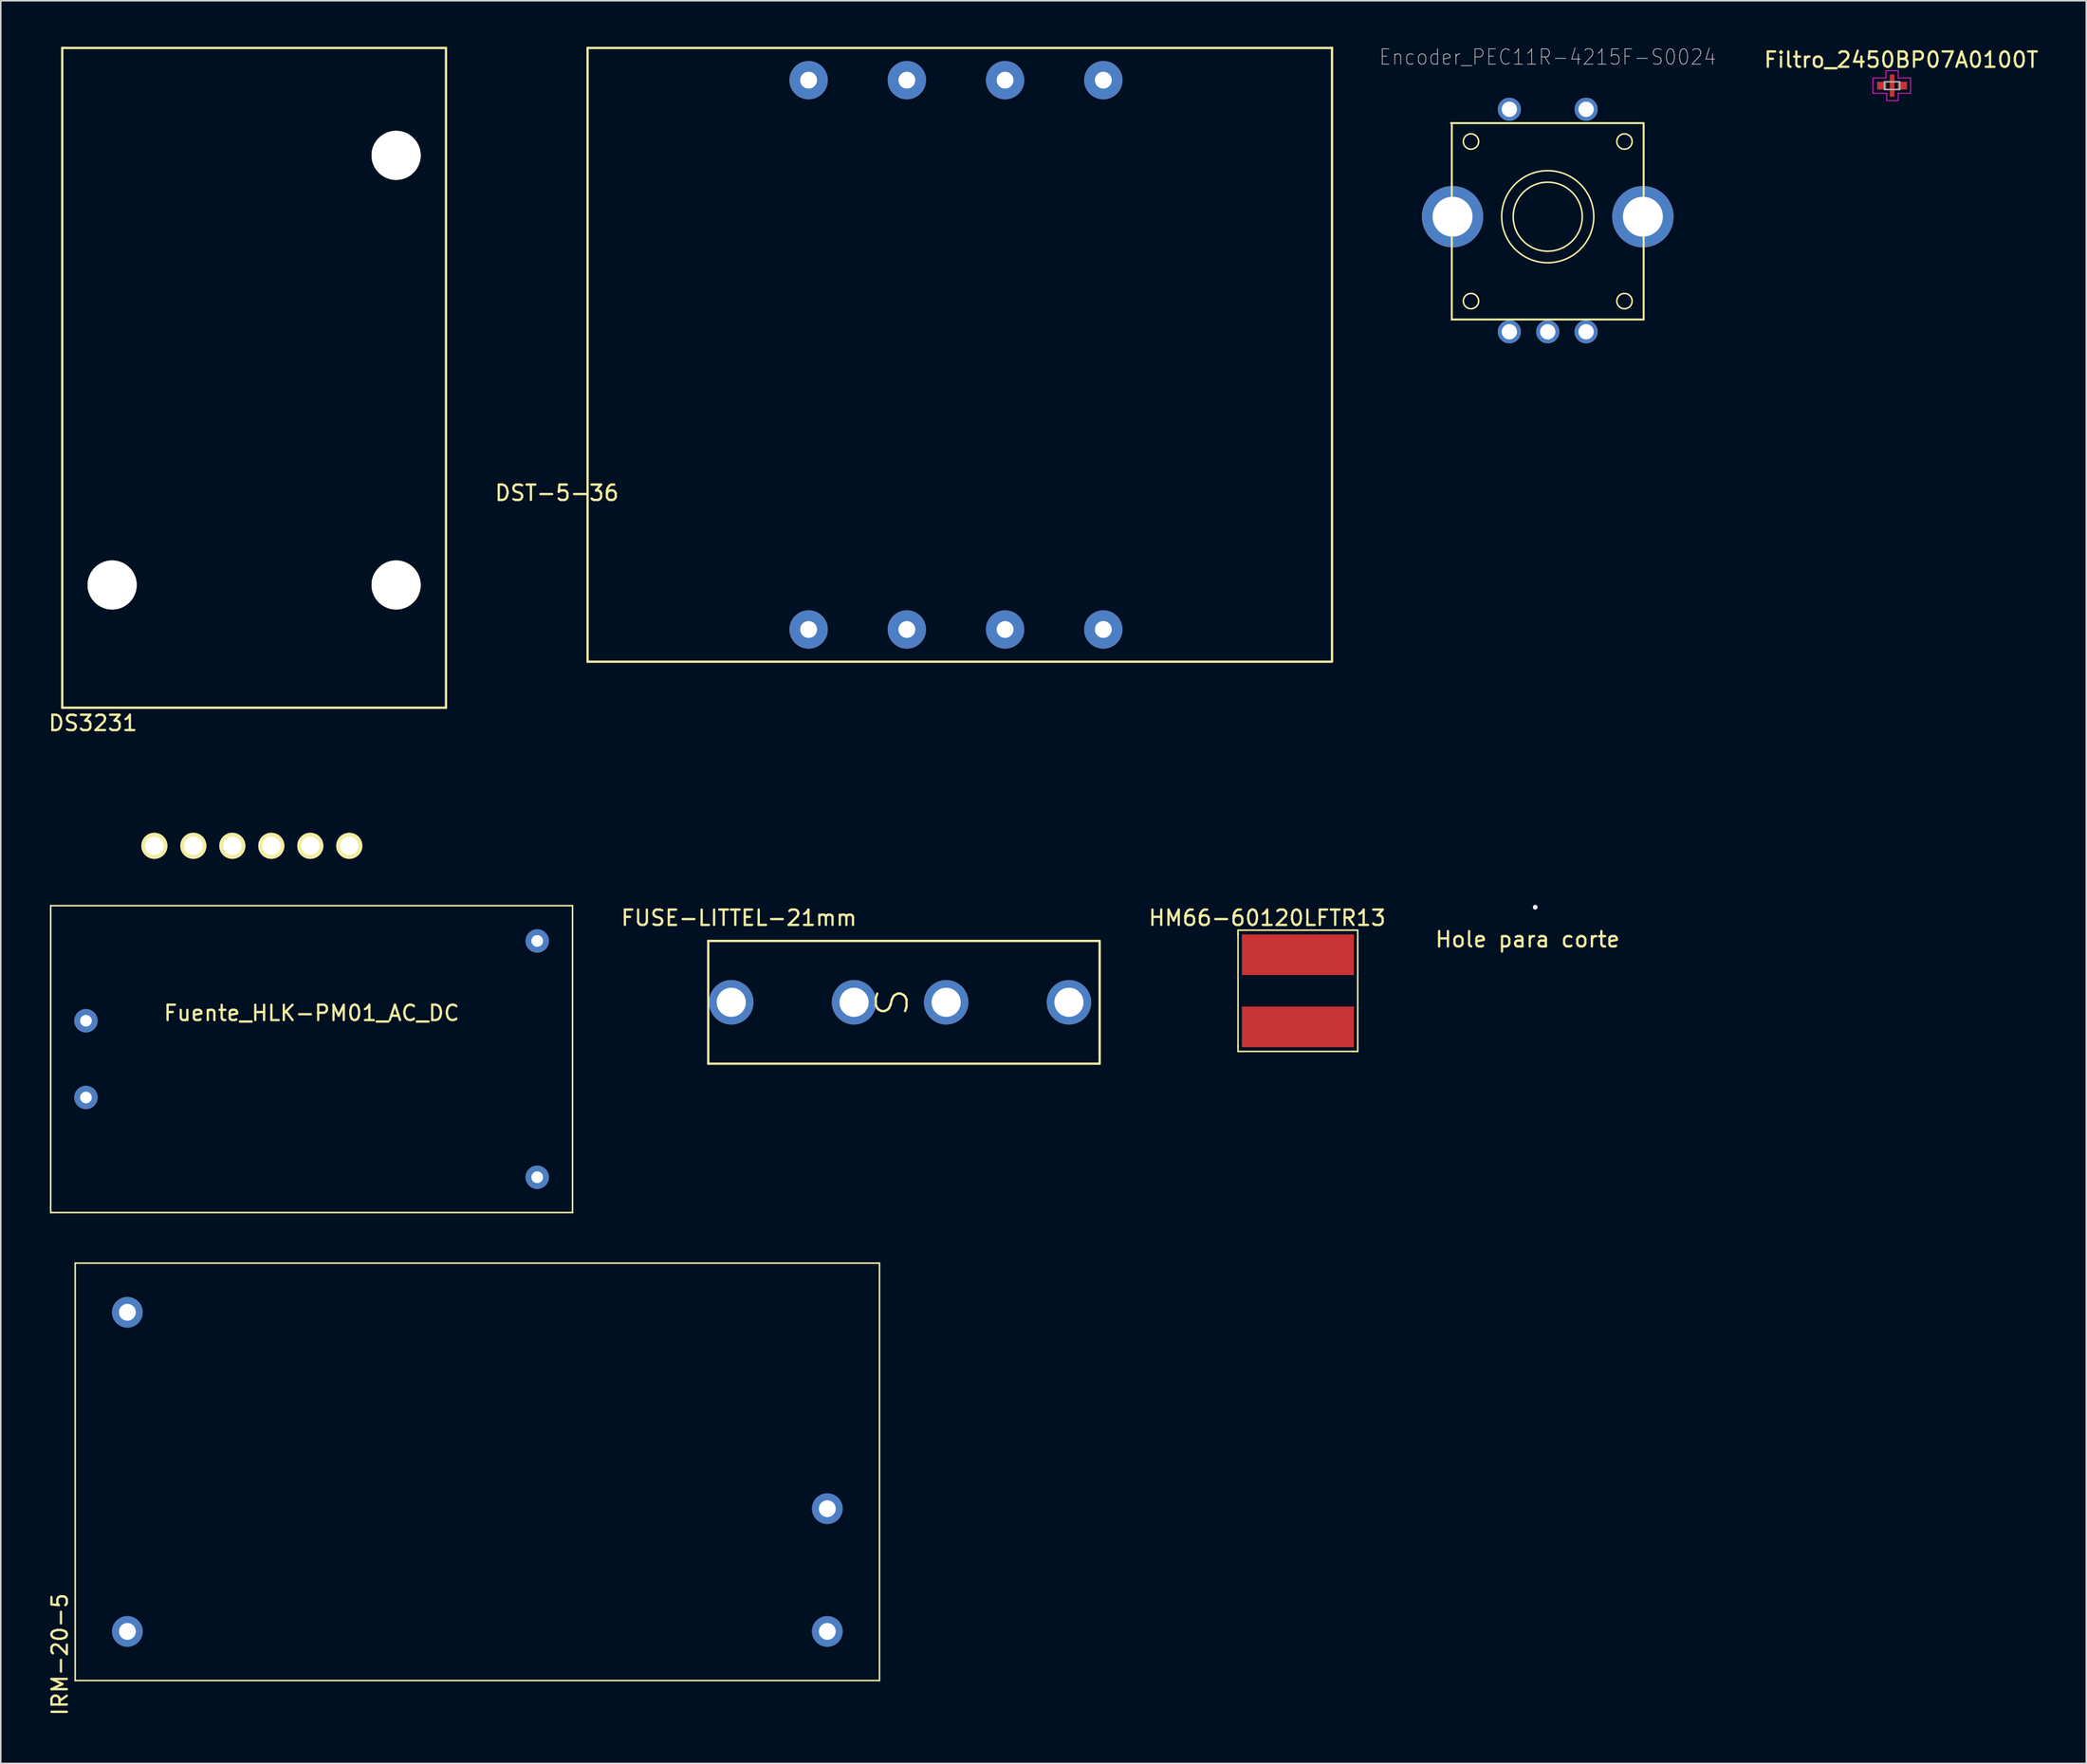
<source format=kicad_pcb>
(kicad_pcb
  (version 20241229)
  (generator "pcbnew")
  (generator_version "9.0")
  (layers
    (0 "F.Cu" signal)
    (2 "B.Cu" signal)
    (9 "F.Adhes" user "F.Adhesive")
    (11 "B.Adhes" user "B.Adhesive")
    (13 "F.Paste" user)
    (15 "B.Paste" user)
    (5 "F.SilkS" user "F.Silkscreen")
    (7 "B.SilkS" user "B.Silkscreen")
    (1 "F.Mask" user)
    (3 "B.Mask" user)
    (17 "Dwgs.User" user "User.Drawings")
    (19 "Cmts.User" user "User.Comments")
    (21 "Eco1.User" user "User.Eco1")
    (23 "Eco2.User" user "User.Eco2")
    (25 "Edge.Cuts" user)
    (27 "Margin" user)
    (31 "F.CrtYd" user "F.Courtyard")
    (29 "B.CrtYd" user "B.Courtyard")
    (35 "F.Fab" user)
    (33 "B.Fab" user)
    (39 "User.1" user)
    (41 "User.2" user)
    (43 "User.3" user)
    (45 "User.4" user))
  (footprint "Encoder_PEC11R-4215F-S0024"
    (layer "F.Cu")
    (at 97.783 11.073)
    (property "Reference" "Encoder_PEC11R-4215F-S0024" (at 0 -10.4 0) (layer "Dwgs.User") (effects (font (size 1 0.9) (thickness 0.05))))
    (attr through_hole)
    (fp_line (start -6.25 -6.1) (end -6.25 6.7) (stroke (width 0.127) (type solid)) (layer "F.SilkS"))
    (fp_line (start -6.25 6.7) (end 6.25 6.7) (stroke (width 0.127) (type solid)) (layer "F.SilkS"))
    (fp_line (start 6.2 -6.1) (end -6.3 -6.1) (stroke (width 0.127) (type solid)) (layer "F.SilkS"))
    (fp_line (start 6.25 6.7) (end 6.25 -6.1) (stroke (width 0.127) (type solid)) (layer "F.SilkS"))
    (fp_circle (center -5 -4.9) (end -4.5 -4.9) (stroke (width 0.1) (type solid)) (fill no) (layer "F.SilkS"))
    (fp_circle (center -5 5.5) (end -4.5 5.5) (stroke (width 0.1) (type solid)) (fill no) (layer "F.SilkS"))
    (fp_circle (center 0 0) (end 2.25 0) (stroke (width 0.1) (type solid)) (fill no) (layer "F.SilkS"))
    (fp_circle (center 0 0) (end 3 0) (stroke (width 0.1) (type solid)) (fill no) (layer "F.SilkS"))
    (fp_circle (center 5 -4.9) (end 5.5 -4.9) (stroke (width 0.1) (type solid)) (fill no) (layer "F.SilkS"))
    (fp_circle (center 5 5.5) (end 5.5 5.5) (stroke (width 0.1) (type solid)) (fill no) (layer "F.SilkS"))
    (pad "" thru_hole circle (at -6.2 0) (size 4 4) (drill 2.6) (layers "*.Cu" "*.Mask"))
    (pad "" thru_hole circle (at 6.2 0) (size 4 4) (drill 2.6) (layers "*.Cu" "*.Mask"))
    (pad "1" thru_hole circle (at -2.5 7.5) (size 1.508 1.508) (drill 1) (layers "*.Cu" "*.Mask"))
    (pad "2" thru_hole circle (at 0 7.5) (size 1.508 1.508) (drill 1) (layers "*.Cu" "*.Mask"))
    (pad "3" thru_hole circle (at 2.5 7.5) (size 1.508 1.508) (drill 1) (layers "*.Cu" "*.Mask"))
    (pad "4" thru_hole circle (at 2.5 -7) (size 1.508 1.508) (drill 1) (layers "*.Cu" "*.Mask"))
    (pad "5" thru_hole circle (at -2.5 -7) (size 1.508 1.508) (drill 1) (layers "*.Cu" "*.Mask")))
  (footprint "FUSE-LITTEL-21mm"
    (layer "F.Cu")
    (at 44.592 62.273)
    (property "Reference" "FUSE-LITTEL-21mm" (at 0.5 -5.5 0) (layer "F.SilkS") (effects (font (size 1 1) (thickness 0.15))))
    (attr through_hole)
    (fp_line (start -1.5 -4) (end -1.5 4) (stroke (width 0.15) (type solid)) (layer "F.SilkS"))
    (fp_line (start -1.5 4) (end 24 4) (stroke (width 0.15) (type solid)) (layer "F.SilkS"))
    (fp_line (start 24 -4) (end -1.5 -4) (stroke (width 0.15) (type solid)) (layer "F.SilkS"))
    (fp_line (start 24 4) (end 24 -4) (stroke (width 0.15) (type solid)) (layer "F.SilkS"))
    (fp_text user "S" (at 10.5 0 90) (layer "F.SilkS") (effects (font (size 2 2) (thickness 0.15))))
    (pad "1" thru_hole circle (at 0 0) (size 2.9 2.9) (drill 1.9) (layers "*.Cu" "*.Mask"))
    (pad "1" thru_hole circle (at 8 0) (size 2.9 2.9) (drill 1.9) (layers "*.Cu" "*.Mask"))
    (pad "2" thru_hole circle (at 14 0) (size 2.9 2.9) (drill 1.9) (layers "*.Cu" "*.Mask"))
    (pad "2" thru_hole circle (at 22 0) (size 2.9 2.9) (drill 1.9) (layers "*.Cu" "*.Mask")))
  (footprint "Hole para corte"
    (layer "F.Cu")
    (at 96.47 57.675)
    (property "Reference" "Hole para corte" (at 0 0.5 0) (layer "F.SilkS") (effects (font (size 1 1) (thickness 0.15))))
    (attr through_hole)
    (pad "1" thru_hole circle (at 0.5 -1.6) (size 0.3 0.3) (drill 0.3) (layers "*.Cu" "*.Mask")))
  (footprint "Fuente_HLK-PM01_AC_DC"
    (layer "F.Cu")
    (at 0.25 75.975)
    (property "Reference" "Fuente_HLK-PM01_AC_DC" (at 17 -13 0) (layer "F.SilkS") (effects (font (size 1 1) (thickness 0.15))))
    (attr through_hole)
    (fp_line (start 0 -20) (end 0 0) (stroke (width 0.1) (type solid)) (layer "F.SilkS"))
    (fp_line (start 0 0) (end 34 0) (stroke (width 0.1) (type solid)) (layer "F.SilkS"))
    (fp_line (start 34 -20) (end 0 -20) (stroke (width 0.1) (type solid)) (layer "F.SilkS"))
    (fp_line (start 34 0) (end 34 -20) (stroke (width 0.1) (type solid)) (layer "F.SilkS"))
    (pad "1" thru_hole circle (at 2.3 -12.5) (size 1.524 1.524) (drill 0.762) (layers "*.Cu" "*.Mask"))
    (pad "2" thru_hole circle (at 2.3 -7.5) (size 1.524 1.524) (drill 0.762) (layers "*.Cu" "*.Mask"))
    (pad "3" thru_hole circle (at 31.7 -17.7) (size 1.524 1.524) (drill 0.762) (layers "*.Cu" "*.Mask"))
    (pad "4" thru_hole circle (at 31.7 -2.3) (size 1.524 1.524) (drill 0.762) (layers "*.Cu" "*.Mask")))
  (footprint "HM66-60120LFTR13"
    (layer "F.Cu")
    (at 77.906 65.173)
    (property "Reference" "HM66-60120LFTR13" (at 1.6 -8.4 0) (layer "F.SilkS") (effects (font (size 1 1) (thickness 0.15))))
    (attr through_hole)
    (fp_line (start -0.3 -7.3) (end -0.3 -7.6) (stroke (width 0.1) (type solid)) (layer "F.SilkS"))
    (fp_line (start -0.3 -0.1) (end -0.3 -7.4) (stroke (width 0.1) (type solid)) (layer "F.SilkS"))
    (fp_line (start -0.3 -0.1) (end -0.3 0) (stroke (width 0.1) (type solid)) (layer "F.SilkS"))
    (fp_line (start -0.3 0) (end -0.3 0.3) (stroke (width 0.1) (type solid)) (layer "F.SilkS"))
    (fp_line (start -0.3 0.3) (end 7.2 0.3) (stroke (width 0.1) (type solid)) (layer "F.SilkS"))
    (fp_line (start 7.2 -7.6) (end -0.3 -7.6) (stroke (width 0.1) (type solid)) (layer "F.SilkS"))
    (fp_line (start 7.2 -7.6) (end 7.5 -7.6) (stroke (width 0.1) (type solid)) (layer "F.SilkS"))
    (fp_line (start 7.2 0.3) (end 7.5 0.3) (stroke (width 0.1) (type solid)) (layer "F.SilkS"))
    (fp_line (start 7.5 -7.6) (end 7.5 -7) (stroke (width 0.1) (type solid)) (layer "F.SilkS"))
    (fp_line (start 7.5 -7) (end 7.5 0.3) (stroke (width 0.1) (type solid)) (layer "F.SilkS"))
    (pad "1" smd rect (at 3.6 -6) (size 7.3 2.65) (layers "F.Cu" "F.Mask" "F.Paste"))
    (pad "2" smd rect (at 3.6 -1.3) (size 7.3 2.65) (layers "F.Cu" "F.Mask" "F.Paste")))
  (footprint "Filtro_2450BP07A0100T"
    (layer "F.Cu")
    (at 120.218 2.532)
    (property "Reference" "Filtro_2450BP07A0100T" (at 0.596 -1.684 0) (layer "F.SilkS") (effects (font (size 1 1) (thickness 0.15))))
    (attr through_hole)
    (fp_poly (pts (xy -0.15 -0.25) (xy 0.15 -0.25) (xy 0.15 0.25) (xy -0.15 0.25)) (stroke (width 0.01) (type solid)) (fill yes) (layer "F.Paste"))
    (fp_line (start -1.25 -0.5) (end -0.4 -0.5) (stroke (width 0.05) (type solid)) (layer "F.CrtYd"))
    (fp_line (start -1.25 0.5) (end -1.25 -0.5) (stroke (width 0.05) (type solid)) (layer "F.CrtYd"))
    (fp_line (start -0.4 -0.975) (end 0.4 -0.975) (stroke (width 0.05) (type solid)) (layer "F.CrtYd"))
    (fp_line (start -0.4 -0.5) (end -0.4 -0.975) (stroke (width 0.05) (type solid)) (layer "F.CrtYd"))
    (fp_line (start -0.35 0.5) (end -1.25 0.5) (stroke (width 0.05) (type solid)) (layer "F.CrtYd"))
    (fp_line (start -0.35 0.975) (end -0.35 0.5) (stroke (width 0.05) (type solid)) (layer "F.CrtYd"))
    (fp_line (start 0.4 -0.975) (end 0.4 -0.5) (stroke (width 0.05) (type solid)) (layer "F.CrtYd"))
    (fp_line (start 0.4 -0.5) (end 1.2 -0.5) (stroke (width 0.05) (type solid)) (layer "F.CrtYd"))
    (fp_line (start 0.4 0.5) (end 0.4 0.975) (stroke (width 0.05) (type solid)) (layer "F.CrtYd"))
    (fp_line (start 0.4 0.975) (end -0.35 0.975) (stroke (width 0.05) (type solid)) (layer "F.CrtYd"))
    (fp_line (start 1.2 -0.5) (end 1.2 0.5) (stroke (width 0.05) (type solid)) (layer "F.CrtYd"))
    (fp_line (start 1.2 0.5) (end 0.4 0.5) (stroke (width 0.05) (type solid)) (layer "F.CrtYd"))
    (fp_line (start -0.5 0.25) (end -0.5 -0.25) (stroke (width 0.102) (type solid)) (layer "F.Fab"))
    (fp_line (start -0.5 0.25) (end 0.5 0.25) (stroke (width 0.102) (type solid)) (layer "F.Fab"))
    (fp_line (start 0.5 -0.25) (end -0.5 -0.25) (stroke (width 0.102) (type solid)) (layer "F.Fab"))
    (fp_line (start 0.5 0.25) (end 0.5 -0.25) (stroke (width 0.102) (type solid)) (layer "F.Fab"))
    (pad "1" smd rect (at -0.675 0) (size 0.6 0.5) (layers "F.Cu" "F.Mask" "F.Paste"))
    (pad "2" smd rect (at 0 0) (size 0.3 1.45) (layers "F.Cu" "F.Mask"))
    (pad "3" smd rect (at 0.675 0) (size 0.6 0.5) (layers "F.Cu" "F.Mask" "F.Paste")))
  (footprint "IRM-20-5"
    (layer "F.Cu")
    (at 1.848 106.275)
    (property "Reference" "IRM-20-5" (at -1 -1.5 90) (layer "F.SilkS") (effects (font (size 1 1) (thickness 0.15))))
    (attr through_hole)
    (fp_line (start 0 -27) (end 0 0.2) (stroke (width 0.1) (type solid)) (layer "F.SilkS"))
    (fp_line (start 0 0.2) (end 52.4 0.2) (stroke (width 0.1) (type solid)) (layer "F.SilkS"))
    (fp_line (start 52.4 -27) (end 0 -27) (stroke (width 0.1) (type solid)) (layer "F.SilkS"))
    (fp_line (start 52.4 0.2) (end 52.4 -27) (stroke (width 0.1) (type solid)) (layer "F.SilkS"))
    (pad "1" thru_hole circle (at 3.4 -23.8) (size 2 2) (drill 1.1) (layers "*.Cu" "*.Mask"))
    (pad "2" thru_hole circle (at 3.4 -3) (size 2 2) (drill 1.1) (layers "*.Cu" "*.Mask"))
    (pad "3" thru_hole circle (at 49 -3) (size 2 2) (drill 1.1) (layers "*.Cu" "*.Mask"))
    (pad "4" thru_hole circle (at 49 -11) (size 2 2) (drill 1.1) (layers "*.Cu" "*.Mask")))
  (footprint "DST-5-36"
    (layer "F.Cu")
    (at 35.23 40.075)
    (property "Reference" "DST-5-36" (at -2 -11 0) (layer "F.SilkS") (effects (font (size 1 1) (thickness 0.15))))
    (attr through_hole)
    (fp_line (start 0 -40) (end 48.5 -40) (stroke (width 0.15) (type solid)) (layer "F.SilkS"))
    (fp_line (start 0 0) (end 0 -40) (stroke (width 0.15) (type solid)) (layer "F.SilkS"))
    (fp_line (start 0 0) (end 48.4 0) (stroke (width 0.15) (type solid)) (layer "F.SilkS"))
    (fp_line (start 48.5 0) (end 48.5 -40) (stroke (width 0.15) (type solid)) (layer "F.SilkS"))
    (pad "1" thru_hole circle (at 14.4 -2.1) (size 2.5 2.5) (drill 1.1) (layers "*.Cu" "*.Mask"))
    (pad "2" thru_hole circle (at 20.8 -2.1) (size 2.5 2.5) (drill 1.1) (layers "*.Cu" "*.Mask"))
    (pad "3" thru_hole circle (at 27.2 -2.1) (size 2.5 2.5) (drill 1.1) (layers "*.Cu" "*.Mask"))
    (pad "4" thru_hole circle (at 33.6 -2.1) (size 2.5 2.5) (drill 1.1) (layers "*.Cu" "*.Mask"))
    (pad "5" thru_hole circle (at 14.4 -37.9) (size 2.5 2.5) (drill 1.1) (layers "*.Cu" "*.Mask"))
    (pad "6" thru_hole circle (at 20.8 -37.9) (size 2.5 2.5) (drill 1.1) (layers "*.Cu" "*.Mask"))
    (pad "7" thru_hole circle (at 27.2 -37.9) (size 2.5 2.5) (drill 1.1) (layers "*.Cu" "*.Mask"))
    (pad "8" thru_hole circle (at 33.6 -37.9) (size 2.5 2.5) (drill 1.1) (layers "*.Cu" "*.Mask")))
  (footprint "DS3231"
    (layer "F.Cu")
    (at 7.006 52.075)
    (property "Reference" "DS3231" (at -4 -8 0) (layer "F.SilkS") (effects (font (size 1 1) (thickness 0.15))))
    (attr through_hole)
    (fp_line (start -6 -52) (end -6 -9) (stroke (width 0.15) (type solid)) (layer "F.SilkS"))
    (fp_line (start -6 -9) (end 19 -9) (stroke (width 0.15) (type solid)) (layer "F.SilkS"))
    (fp_line (start 19 -52) (end -6 -52) (stroke (width 0.15) (type solid)) (layer "F.SilkS"))
    (fp_line (start 19 -9) (end 19 -52) (stroke (width 0.15) (type solid)) (layer "F.SilkS"))
    (pad "" np_thru_hole circle (at -2.75 -17) (size 3.2 3.2) (drill 3.2) (layers "*.Cu" "*.Mask" "F.SilkS"))
    (pad "" np_thru_hole circle (at 15.75 -45) (size 3.2 3.2) (drill 3.2) (layers "*.Cu" "*.Mask" "F.SilkS"))
    (pad "" np_thru_hole circle (at 15.75 -17) (size 3.2 3.2) (drill 3.2) (layers "*.Cu" "*.Mask" "F.SilkS"))
    (pad "1" thru_hole circle (at 12.7 0) (size 1.7 1.7) (drill 1.2) (layers "*.Cu" "*.Mask" "F.SilkS"))
    (pad "2" thru_hole circle (at 10.16 0) (size 1.7 1.7) (drill 1.2) (layers "*.Cu" "*.Mask" "F.SilkS"))
    (pad "3" thru_hole circle (at 7.62 0) (size 1.7 1.7) (drill 1.2) (layers "*.Cu" "*.Mask" "F.SilkS"))
    (pad "4" thru_hole circle (at 5.08 0) (size 1.7 1.7) (drill 1.2) (layers "*.Cu" "*.Mask" "F.SilkS"))
    (pad "5" thru_hole circle (at 2.54 0) (size 1.7 1.7) (drill 1.2) (layers "*.Cu" "*.Mask" "F.SilkS"))
    (pad "6" thru_hole circle (at 0 0) (size 1.7 1.7) (drill 1.2) (layers "*.Cu" "*.Mask" "F.SilkS")))
  (gr_rect
    (start -3 -3)
    (end 132.868 111.876)
    (stroke (width 0.1) (type default))
    (fill no)
    (layer "Edge.Cuts")))
</source>
